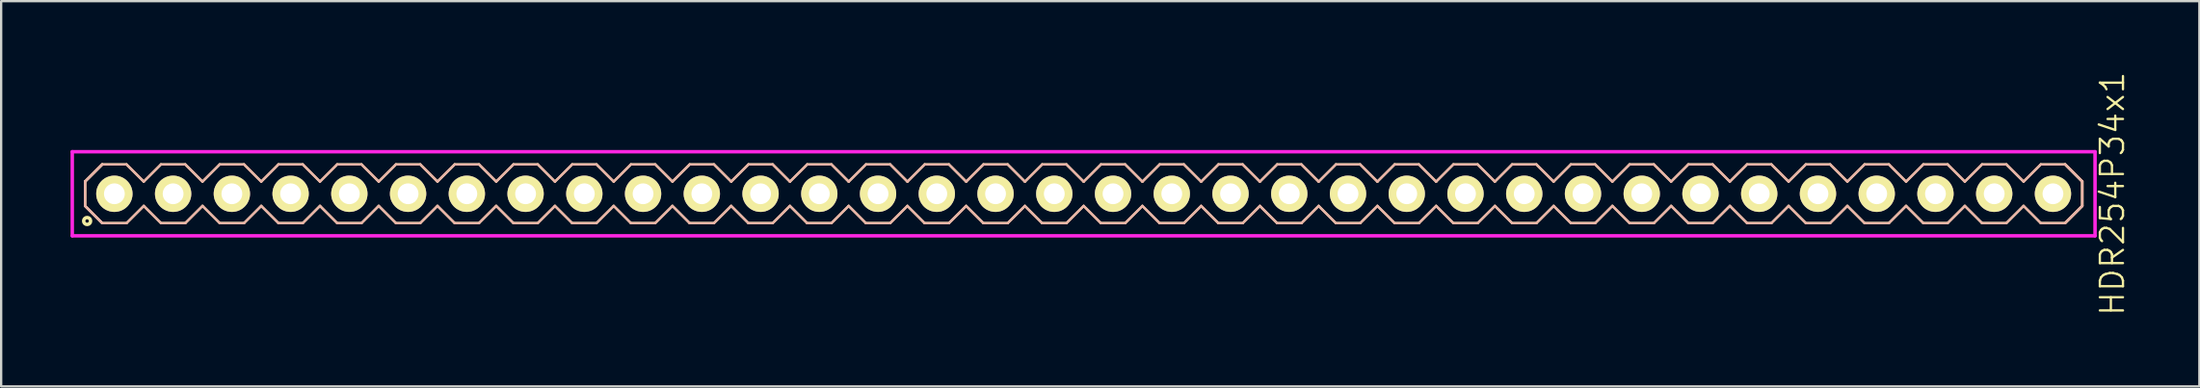
<source format=kicad_pcb>
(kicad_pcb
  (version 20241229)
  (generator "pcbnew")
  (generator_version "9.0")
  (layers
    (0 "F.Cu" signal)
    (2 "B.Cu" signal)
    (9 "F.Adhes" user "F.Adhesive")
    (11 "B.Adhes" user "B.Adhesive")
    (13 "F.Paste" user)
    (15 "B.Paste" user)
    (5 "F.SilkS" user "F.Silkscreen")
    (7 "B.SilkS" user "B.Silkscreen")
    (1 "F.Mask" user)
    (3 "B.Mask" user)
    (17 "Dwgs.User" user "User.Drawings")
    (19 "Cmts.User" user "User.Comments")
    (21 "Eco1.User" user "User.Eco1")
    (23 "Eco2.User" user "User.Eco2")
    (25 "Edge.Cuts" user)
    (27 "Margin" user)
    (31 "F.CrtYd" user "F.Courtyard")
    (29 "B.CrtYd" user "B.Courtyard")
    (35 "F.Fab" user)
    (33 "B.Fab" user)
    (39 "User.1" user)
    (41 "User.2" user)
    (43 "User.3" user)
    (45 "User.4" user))
  (footprint "HDR254P34x1"
    (layer "F.Cu")
    (at 43.805 5.336)
    (property "Reference" "HDR254P34x1" (at 44.48 0 90) (layer "F.SilkS") (effects (font (size 1 1) (thickness 0.1))))
    (attr through_hole)
    (fp_line (start -43.18 -0.526) (end -42.436 -1.27) (stroke (width 0.1) (type solid)) (layer "F.SilkS"))
    (fp_line (start -43.18 -0.526) (end -42.436 -1.27) (stroke (width 0.1) (type solid)) (layer "F.SilkS"))
    (fp_line (start -43.18 0.526) (end -43.18 -0.526) (stroke (width 0.1) (type solid)) (layer "F.SilkS"))
    (fp_line (start -43.18 0.526) (end -43.18 -0.526) (stroke (width 0.1) (type solid)) (layer "F.SilkS"))
    (fp_line (start -42.436 -1.27) (end -41.384 -1.27) (stroke (width 0.1) (type solid)) (layer "F.SilkS"))
    (fp_line (start -42.436 1.27) (end -43.18 0.526) (stroke (width 0.1) (type solid)) (layer "F.SilkS"))
    (fp_line (start -42.436 1.27) (end -43.18 0.526) (stroke (width 0.1) (type solid)) (layer "F.SilkS"))
    (fp_line (start -41.384 -1.27) (end -40.64 -0.526) (stroke (width 0.1) (type solid)) (layer "F.SilkS"))
    (fp_line (start -41.384 1.27) (end -42.436 1.27) (stroke (width 0.1) (type solid)) (layer "F.SilkS"))
    (fp_line (start -40.64 -0.526) (end -39.896 -1.27) (stroke (width 0.1) (type solid)) (layer "F.SilkS"))
    (fp_line (start -40.64 0.526) (end -41.384 1.27) (stroke (width 0.1) (type solid)) (layer "F.SilkS"))
    (fp_line (start -39.896 -1.27) (end -38.844 -1.27) (stroke (width 0.1) (type solid)) (layer "F.SilkS"))
    (fp_line (start -39.896 1.27) (end -40.64 0.526) (stroke (width 0.1) (type solid)) (layer "F.SilkS"))
    (fp_line (start -38.844 -1.27) (end -38.1 -0.526) (stroke (width 0.1) (type solid)) (layer "F.SilkS"))
    (fp_line (start -38.844 1.27) (end -39.896 1.27) (stroke (width 0.1) (type solid)) (layer "F.SilkS"))
    (fp_line (start -38.1 -0.526) (end -37.356 -1.27) (stroke (width 0.1) (type solid)) (layer "F.SilkS"))
    (fp_line (start -38.1 0.526) (end -38.844 1.27) (stroke (width 0.1) (type solid)) (layer "F.SilkS"))
    (fp_line (start -37.356 -1.27) (end -36.304 -1.27) (stroke (width 0.1) (type solid)) (layer "F.SilkS"))
    (fp_line (start -37.356 1.27) (end -38.1 0.526) (stroke (width 0.1) (type solid)) (layer "F.SilkS"))
    (fp_line (start -36.304 -1.27) (end -35.56 -0.526) (stroke (width 0.1) (type solid)) (layer "F.SilkS"))
    (fp_line (start -36.304 1.27) (end -37.356 1.27) (stroke (width 0.1) (type solid)) (layer "F.SilkS"))
    (fp_line (start -35.56 -0.526) (end -34.816 -1.27) (stroke (width 0.1) (type solid)) (layer "F.SilkS"))
    (fp_line (start -35.56 0.526) (end -36.304 1.27) (stroke (width 0.1) (type solid)) (layer "F.SilkS"))
    (fp_line (start -34.816 -1.27) (end -33.764 -1.27) (stroke (width 0.1) (type solid)) (layer "F.SilkS"))
    (fp_line (start -34.816 1.27) (end -35.56 0.526) (stroke (width 0.1) (type solid)) (layer "F.SilkS"))
    (fp_line (start -33.764 -1.27) (end -33.02 -0.526) (stroke (width 0.1) (type solid)) (layer "F.SilkS"))
    (fp_line (start -33.764 1.27) (end -34.816 1.27) (stroke (width 0.1) (type solid)) (layer "F.SilkS"))
    (fp_line (start -33.02 -0.526) (end -32.276 -1.27) (stroke (width 0.1) (type solid)) (layer "F.SilkS"))
    (fp_line (start -33.02 0.526) (end -33.764 1.27) (stroke (width 0.1) (type solid)) (layer "F.SilkS"))
    (fp_line (start -32.276 -1.27) (end -31.224 -1.27) (stroke (width 0.1) (type solid)) (layer "F.SilkS"))
    (fp_line (start -32.276 1.27) (end -33.02 0.526) (stroke (width 0.1) (type solid)) (layer "F.SilkS"))
    (fp_line (start -31.224 -1.27) (end -30.48 -0.526) (stroke (width 0.1) (type solid)) (layer "F.SilkS"))
    (fp_line (start -31.224 1.27) (end -32.276 1.27) (stroke (width 0.1) (type solid)) (layer "F.SilkS"))
    (fp_line (start -30.48 -0.526) (end -29.736 -1.27) (stroke (width 0.1) (type solid)) (layer "F.SilkS"))
    (fp_line (start -30.48 0.526) (end -31.224 1.27) (stroke (width 0.1) (type solid)) (layer "F.SilkS"))
    (fp_line (start -29.736 -1.27) (end -28.684 -1.27) (stroke (width 0.1) (type solid)) (layer "F.SilkS"))
    (fp_line (start -29.736 1.27) (end -30.48 0.526) (stroke (width 0.1) (type solid)) (layer "F.SilkS"))
    (fp_line (start -28.684 -1.27) (end -27.94 -0.526) (stroke (width 0.1) (type solid)) (layer "F.SilkS"))
    (fp_line (start -28.684 1.27) (end -29.736 1.27) (stroke (width 0.1) (type solid)) (layer "F.SilkS"))
    (fp_line (start -27.94 -0.526) (end -27.196 -1.27) (stroke (width 0.1) (type solid)) (layer "F.SilkS"))
    (fp_line (start -27.94 0.526) (end -28.684 1.27) (stroke (width 0.1) (type solid)) (layer "F.SilkS"))
    (fp_line (start -27.196 -1.27) (end -26.144 -1.27) (stroke (width 0.1) (type solid)) (layer "F.SilkS"))
    (fp_line (start -27.196 1.27) (end -27.94 0.526) (stroke (width 0.1) (type solid)) (layer "F.SilkS"))
    (fp_line (start -26.144 -1.27) (end -25.4 -0.526) (stroke (width 0.1) (type solid)) (layer "F.SilkS"))
    (fp_line (start -26.144 1.27) (end -27.196 1.27) (stroke (width 0.1) (type solid)) (layer "F.SilkS"))
    (fp_line (start -25.4 -0.526) (end -24.656 -1.27) (stroke (width 0.1) (type solid)) (layer "F.SilkS"))
    (fp_line (start -25.4 0.526) (end -26.144 1.27) (stroke (width 0.1) (type solid)) (layer "F.SilkS"))
    (fp_line (start -24.656 -1.27) (end -23.604 -1.27) (stroke (width 0.1) (type solid)) (layer "F.SilkS"))
    (fp_line (start -24.656 1.27) (end -25.4 0.526) (stroke (width 0.1) (type solid)) (layer "F.SilkS"))
    (fp_line (start -23.604 -1.27) (end -22.86 -0.526) (stroke (width 0.1) (type solid)) (layer "F.SilkS"))
    (fp_line (start -23.604 1.27) (end -24.656 1.27) (stroke (width 0.1) (type solid)) (layer "F.SilkS"))
    (fp_line (start -22.86 -0.526) (end -22.116 -1.27) (stroke (width 0.1) (type solid)) (layer "F.SilkS"))
    (fp_line (start -22.86 0.526) (end -23.604 1.27) (stroke (width 0.1) (type solid)) (layer "F.SilkS"))
    (fp_line (start -22.116 -1.27) (end -21.064 -1.27) (stroke (width 0.1) (type solid)) (layer "F.SilkS"))
    (fp_line (start -22.116 1.27) (end -22.86 0.526) (stroke (width 0.1) (type solid)) (layer "F.SilkS"))
    (fp_line (start -21.064 -1.27) (end -20.32 -0.526) (stroke (width 0.1) (type solid)) (layer "F.SilkS"))
    (fp_line (start -21.064 1.27) (end -22.116 1.27) (stroke (width 0.1) (type solid)) (layer "F.SilkS"))
    (fp_line (start -20.32 -0.526) (end -19.576 -1.27) (stroke (width 0.1) (type solid)) (layer "F.SilkS"))
    (fp_line (start -20.32 0.526) (end -21.064 1.27) (stroke (width 0.1) (type solid)) (layer "F.SilkS"))
    (fp_line (start -19.576 -1.27) (end -18.524 -1.27) (stroke (width 0.1) (type solid)) (layer "F.SilkS"))
    (fp_line (start -19.576 1.27) (end -20.32 0.526) (stroke (width 0.1) (type solid)) (layer "F.SilkS"))
    (fp_line (start -18.524 -1.27) (end -17.78 -0.526) (stroke (width 0.1) (type solid)) (layer "F.SilkS"))
    (fp_line (start -18.524 1.27) (end -19.576 1.27) (stroke (width 0.1) (type solid)) (layer "F.SilkS"))
    (fp_line (start -17.78 -0.526) (end -17.036 -1.27) (stroke (width 0.1) (type solid)) (layer "F.SilkS"))
    (fp_line (start -17.78 0.526) (end -18.524 1.27) (stroke (width 0.1) (type solid)) (layer "F.SilkS"))
    (fp_line (start -17.036 -1.27) (end -15.984 -1.27) (stroke (width 0.1) (type solid)) (layer "F.SilkS"))
    (fp_line (start -17.036 1.27) (end -17.78 0.526) (stroke (width 0.1) (type solid)) (layer "F.SilkS"))
    (fp_line (start -15.984 -1.27) (end -15.24 -0.526) (stroke (width 0.1) (type solid)) (layer "F.SilkS"))
    (fp_line (start -15.984 1.27) (end -17.036 1.27) (stroke (width 0.1) (type solid)) (layer "F.SilkS"))
    (fp_line (start -15.24 -0.526) (end -14.496 -1.27) (stroke (width 0.1) (type solid)) (layer "F.SilkS"))
    (fp_line (start -15.24 0.526) (end -15.984 1.27) (stroke (width 0.1) (type solid)) (layer "F.SilkS"))
    (fp_line (start -14.496 -1.27) (end -13.444 -1.27) (stroke (width 0.1) (type solid)) (layer "F.SilkS"))
    (fp_line (start -14.496 1.27) (end -15.24 0.526) (stroke (width 0.1) (type solid)) (layer "F.SilkS"))
    (fp_line (start -13.444 -1.27) (end -12.7 -0.526) (stroke (width 0.1) (type solid)) (layer "F.SilkS"))
    (fp_line (start -13.444 1.27) (end -14.496 1.27) (stroke (width 0.1) (type solid)) (layer "F.SilkS"))
    (fp_line (start -12.7 -0.526) (end -11.956 -1.27) (stroke (width 0.1) (type solid)) (layer "F.SilkS"))
    (fp_line (start -12.7 0.526) (end -13.444 1.27) (stroke (width 0.1) (type solid)) (layer "F.SilkS"))
    (fp_line (start -11.956 -1.27) (end -10.904 -1.27) (stroke (width 0.1) (type solid)) (layer "F.SilkS"))
    (fp_line (start -11.956 1.27) (end -12.7 0.526) (stroke (width 0.1) (type solid)) (layer "F.SilkS"))
    (fp_line (start -10.904 -1.27) (end -10.16 -0.526) (stroke (width 0.1) (type solid)) (layer "F.SilkS"))
    (fp_line (start -10.904 1.27) (end -11.956 1.27) (stroke (width 0.1) (type solid)) (layer "F.SilkS"))
    (fp_line (start -10.16 -0.526) (end -9.416 -1.27) (stroke (width 0.1) (type solid)) (layer "F.SilkS"))
    (fp_line (start -10.16 0.526) (end -10.904 1.27) (stroke (width 0.1) (type solid)) (layer "F.SilkS"))
    (fp_line (start -9.416 -1.27) (end -8.364 -1.27) (stroke (width 0.1) (type solid)) (layer "F.SilkS"))
    (fp_line (start -9.416 1.27) (end -10.16 0.526) (stroke (width 0.1) (type solid)) (layer "F.SilkS"))
    (fp_line (start -8.364 -1.27) (end -7.62 -0.526) (stroke (width 0.1) (type solid)) (layer "F.SilkS"))
    (fp_line (start -8.364 1.27) (end -9.416 1.27) (stroke (width 0.1) (type solid)) (layer "F.SilkS"))
    (fp_line (start -7.62 -0.526) (end -6.876 -1.27) (stroke (width 0.1) (type solid)) (layer "F.SilkS"))
    (fp_line (start -7.62 0.526) (end -8.364 1.27) (stroke (width 0.1) (type solid)) (layer "F.SilkS"))
    (fp_line (start -6.876 -1.27) (end -5.824 -1.27) (stroke (width 0.1) (type solid)) (layer "F.SilkS"))
    (fp_line (start -6.876 1.27) (end -7.62 0.526) (stroke (width 0.1) (type solid)) (layer "F.SilkS"))
    (fp_line (start -5.824 -1.27) (end -5.08 -0.526) (stroke (width 0.1) (type solid)) (layer "F.SilkS"))
    (fp_line (start -5.824 1.27) (end -6.876 1.27) (stroke (width 0.1) (type solid)) (layer "F.SilkS"))
    (fp_line (start -5.08 -0.526) (end -4.336 -1.27) (stroke (width 0.1) (type solid)) (layer "F.SilkS"))
    (fp_line (start -5.08 0.526) (end -5.824 1.27) (stroke (width 0.1) (type solid)) (layer "F.SilkS"))
    (fp_line (start -4.336 -1.27) (end -3.284 -1.27) (stroke (width 0.1) (type solid)) (layer "F.SilkS"))
    (fp_line (start -4.336 1.27) (end -5.08 0.526) (stroke (width 0.1) (type solid)) (layer "F.SilkS"))
    (fp_line (start -3.284 -1.27) (end -2.54 -0.526) (stroke (width 0.1) (type solid)) (layer "F.SilkS"))
    (fp_line (start -3.284 1.27) (end -4.336 1.27) (stroke (width 0.1) (type solid)) (layer "F.SilkS"))
    (fp_line (start -2.54 -0.526) (end -1.796 -1.27) (stroke (width 0.1) (type solid)) (layer "F.SilkS"))
    (fp_line (start -2.54 0.526) (end -3.284 1.27) (stroke (width 0.1) (type solid)) (layer "F.SilkS"))
    (fp_line (start -1.796 -1.27) (end -0.744 -1.27) (stroke (width 0.1) (type solid)) (layer "F.SilkS"))
    (fp_line (start -1.796 1.27) (end -2.54 0.526) (stroke (width 0.1) (type solid)) (layer "F.SilkS"))
    (fp_line (start -0.744 -1.27) (end 0 -0.526) (stroke (width 0.1) (type solid)) (layer "F.SilkS"))
    (fp_line (start -0.744 1.27) (end -1.796 1.27) (stroke (width 0.1) (type solid)) (layer "F.SilkS"))
    (fp_line (start 0 -0.526) (end 0.744 -1.27) (stroke (width 0.1) (type solid)) (layer "F.SilkS"))
    (fp_line (start 0 0.526) (end -0.744 1.27) (stroke (width 0.1) (type solid)) (layer "F.SilkS"))
    (fp_line (start 0.744 -1.27) (end 1.796 -1.27) (stroke (width 0.1) (type solid)) (layer "F.SilkS"))
    (fp_line (start 0.744 1.27) (end 0 0.526) (stroke (width 0.1) (type solid)) (layer "F.SilkS"))
    (fp_line (start 1.796 -1.27) (end 2.54 -0.526) (stroke (width 0.1) (type solid)) (layer "F.SilkS"))
    (fp_line (start 1.796 1.27) (end 0.744 1.27) (stroke (width 0.1) (type solid)) (layer "F.SilkS"))
    (fp_line (start 2.54 -0.526) (end 3.284 -1.27) (stroke (width 0.1) (type solid)) (layer "F.SilkS"))
    (fp_line (start 2.54 0.526) (end 1.796 1.27) (stroke (width 0.1) (type solid)) (layer "F.SilkS"))
    (fp_line (start 3.284 -1.27) (end 4.336 -1.27) (stroke (width 0.1) (type solid)) (layer "F.SilkS"))
    (fp_line (start 3.284 1.27) (end 2.54 0.526) (stroke (width 0.1) (type solid)) (layer "F.SilkS"))
    (fp_line (start 4.336 -1.27) (end 5.08 -0.526) (stroke (width 0.1) (type solid)) (layer "F.SilkS"))
    (fp_line (start 4.336 1.27) (end 3.284 1.27) (stroke (width 0.1) (type solid)) (layer "F.SilkS"))
    (fp_line (start 5.08 -0.526) (end 5.824 -1.27) (stroke (width 0.1) (type solid)) (layer "F.SilkS"))
    (fp_line (start 5.08 0.526) (end 4.336 1.27) (stroke (width 0.1) (type solid)) (layer "F.SilkS"))
    (fp_line (start 5.824 -1.27) (end 6.876 -1.27) (stroke (width 0.1) (type solid)) (layer "F.SilkS"))
    (fp_line (start 5.824 1.27) (end 5.08 0.526) (stroke (width 0.1) (type solid)) (layer "F.SilkS"))
    (fp_line (start 6.876 -1.27) (end 7.62 -0.526) (stroke (width 0.1) (type solid)) (layer "F.SilkS"))
    (fp_line (start 6.876 1.27) (end 5.824 1.27) (stroke (width 0.1) (type solid)) (layer "F.SilkS"))
    (fp_line (start 7.62 -0.526) (end 8.364 -1.27) (stroke (width 0.1) (type solid)) (layer "F.SilkS"))
    (fp_line (start 7.62 0.526) (end 6.876 1.27) (stroke (width 0.1) (type solid)) (layer "F.SilkS"))
    (fp_line (start 8.364 -1.27) (end 9.416 -1.27) (stroke (width 0.1) (type solid)) (layer "F.SilkS"))
    (fp_line (start 8.364 1.27) (end 7.62 0.526) (stroke (width 0.1) (type solid)) (layer "F.SilkS"))
    (fp_line (start 9.416 -1.27) (end 10.16 -0.526) (stroke (width 0.1) (type solid)) (layer "F.SilkS"))
    (fp_line (start 9.416 1.27) (end 8.364 1.27) (stroke (width 0.1) (type solid)) (layer "F.SilkS"))
    (fp_line (start 10.16 -0.526) (end 10.904 -1.27) (stroke (width 0.1) (type solid)) (layer "F.SilkS"))
    (fp_line (start 10.16 0.526) (end 9.416 1.27) (stroke (width 0.1) (type solid)) (layer "F.SilkS"))
    (fp_line (start 10.904 -1.27) (end 11.956 -1.27) (stroke (width 0.1) (type solid)) (layer "F.SilkS"))
    (fp_line (start 10.904 1.27) (end 10.16 0.526) (stroke (width 0.1) (type solid)) (layer "F.SilkS"))
    (fp_line (start 11.956 -1.27) (end 12.7 -0.526) (stroke (width 0.1) (type solid)) (layer "F.SilkS"))
    (fp_line (start 11.956 1.27) (end 10.904 1.27) (stroke (width 0.1) (type solid)) (layer "F.SilkS"))
    (fp_line (start 12.7 -0.526) (end 13.444 -1.27) (stroke (width 0.1) (type solid)) (layer "F.SilkS"))
    (fp_line (start 12.7 0.526) (end 11.956 1.27) (stroke (width 0.1) (type solid)) (layer "F.SilkS"))
    (fp_line (start 13.444 -1.27) (end 14.496 -1.27) (stroke (width 0.1) (type solid)) (layer "F.SilkS"))
    (fp_line (start 13.444 1.27) (end 12.7 0.526) (stroke (width 0.1) (type solid)) (layer "F.SilkS"))
    (fp_line (start 14.496 -1.27) (end 15.24 -0.526) (stroke (width 0.1) (type solid)) (layer "F.SilkS"))
    (fp_line (start 14.496 1.27) (end 13.444 1.27) (stroke (width 0.1) (type solid)) (layer "F.SilkS"))
    (fp_line (start 15.24 -0.526) (end 15.984 -1.27) (stroke (width 0.1) (type solid)) (layer "F.SilkS"))
    (fp_line (start 15.24 0.526) (end 14.496 1.27) (stroke (width 0.1) (type solid)) (layer "F.SilkS"))
    (fp_line (start 15.984 -1.27) (end 17.036 -1.27) (stroke (width 0.1) (type solid)) (layer "F.SilkS"))
    (fp_line (start 15.984 1.27) (end 15.24 0.526) (stroke (width 0.1) (type solid)) (layer "F.SilkS"))
    (fp_line (start 17.036 -1.27) (end 17.78 -0.526) (stroke (width 0.1) (type solid)) (layer "F.SilkS"))
    (fp_line (start 17.036 1.27) (end 15.984 1.27) (stroke (width 0.1) (type solid)) (layer "F.SilkS"))
    (fp_line (start 17.78 -0.526) (end 18.524 -1.27) (stroke (width 0.1) (type solid)) (layer "F.SilkS"))
    (fp_line (start 17.78 0.526) (end 17.036 1.27) (stroke (width 0.1) (type solid)) (layer "F.SilkS"))
    (fp_line (start 18.524 -1.27) (end 19.576 -1.27) (stroke (width 0.1) (type solid)) (layer "F.SilkS"))
    (fp_line (start 18.524 1.27) (end 17.78 0.526) (stroke (width 0.1) (type solid)) (layer "F.SilkS"))
    (fp_line (start 19.576 -1.27) (end 20.32 -0.526) (stroke (width 0.1) (type solid)) (layer "F.SilkS"))
    (fp_line (start 19.576 1.27) (end 18.524 1.27) (stroke (width 0.1) (type solid)) (layer "F.SilkS"))
    (fp_line (start 20.32 -0.526) (end 21.064 -1.27) (stroke (width 0.1) (type solid)) (layer "F.SilkS"))
    (fp_line (start 20.32 0.526) (end 19.576 1.27) (stroke (width 0.1) (type solid)) (layer "F.SilkS"))
    (fp_line (start 21.064 -1.27) (end 22.116 -1.27) (stroke (width 0.1) (type solid)) (layer "F.SilkS"))
    (fp_line (start 21.064 1.27) (end 20.32 0.526) (stroke (width 0.1) (type solid)) (layer "F.SilkS"))
    (fp_line (start 22.116 -1.27) (end 22.86 -0.526) (stroke (width 0.1) (type solid)) (layer "F.SilkS"))
    (fp_line (start 22.116 1.27) (end 21.064 1.27) (stroke (width 0.1) (type solid)) (layer "F.SilkS"))
    (fp_line (start 22.86 -0.526) (end 23.604 -1.27) (stroke (width 0.1) (type solid)) (layer "F.SilkS"))
    (fp_line (start 22.86 0.526) (end 22.116 1.27) (stroke (width 0.1) (type solid)) (layer "F.SilkS"))
    (fp_line (start 23.604 -1.27) (end 24.656 -1.27) (stroke (width 0.1) (type solid)) (layer "F.SilkS"))
    (fp_line (start 23.604 1.27) (end 22.86 0.526) (stroke (width 0.1) (type solid)) (layer "F.SilkS"))
    (fp_line (start 24.656 -1.27) (end 25.4 -0.526) (stroke (width 0.1) (type solid)) (layer "F.SilkS"))
    (fp_line (start 24.656 1.27) (end 23.604 1.27) (stroke (width 0.1) (type solid)) (layer "F.SilkS"))
    (fp_line (start 25.4 -0.526) (end 26.144 -1.27) (stroke (width 0.1) (type solid)) (layer "F.SilkS"))
    (fp_line (start 25.4 0.526) (end 24.656 1.27) (stroke (width 0.1) (type solid)) (layer "F.SilkS"))
    (fp_line (start 26.144 -1.27) (end 27.196 -1.27) (stroke (width 0.1) (type solid)) (layer "F.SilkS"))
    (fp_line (start 26.144 1.27) (end 25.4 0.526) (stroke (width 0.1) (type solid)) (layer "F.SilkS"))
    (fp_line (start 27.196 -1.27) (end 27.94 -0.526) (stroke (width 0.1) (type solid)) (layer "F.SilkS"))
    (fp_line (start 27.196 1.27) (end 26.144 1.27) (stroke (width 0.1) (type solid)) (layer "F.SilkS"))
    (fp_line (start 27.94 -0.526) (end 28.684 -1.27) (stroke (width 0.1) (type solid)) (layer "F.SilkS"))
    (fp_line (start 27.94 0.526) (end 27.196 1.27) (stroke (width 0.1) (type solid)) (layer "F.SilkS"))
    (fp_line (start 28.684 -1.27) (end 29.736 -1.27) (stroke (width 0.1) (type solid)) (layer "F.SilkS"))
    (fp_line (start 28.684 1.27) (end 27.94 0.526) (stroke (width 0.1) (type solid)) (layer "F.SilkS"))
    (fp_line (start 29.736 -1.27) (end 30.48 -0.526) (stroke (width 0.1) (type solid)) (layer "F.SilkS"))
    (fp_line (start 29.736 1.27) (end 28.684 1.27) (stroke (width 0.1) (type solid)) (layer "F.SilkS"))
    (fp_line (start 30.48 -0.526) (end 31.224 -1.27) (stroke (width 0.1) (type solid)) (layer "F.SilkS"))
    (fp_line (start 30.48 0.526) (end 29.736 1.27) (stroke (width 0.1) (type solid)) (layer "F.SilkS"))
    (fp_line (start 31.224 -1.27) (end 32.276 -1.27) (stroke (width 0.1) (type solid)) (layer "F.SilkS"))
    (fp_line (start 31.224 1.27) (end 30.48 0.526) (stroke (width 0.1) (type solid)) (layer "F.SilkS"))
    (fp_line (start 32.276 -1.27) (end 33.02 -0.526) (stroke (width 0.1) (type solid)) (layer "F.SilkS"))
    (fp_line (start 32.276 1.27) (end 31.224 1.27) (stroke (width 0.1) (type solid)) (layer "F.SilkS"))
    (fp_line (start 33.02 -0.526) (end 33.764 -1.27) (stroke (width 0.1) (type solid)) (layer "F.SilkS"))
    (fp_line (start 33.02 0.526) (end 32.276 1.27) (stroke (width 0.1) (type solid)) (layer "F.SilkS"))
    (fp_line (start 33.764 -1.27) (end 34.816 -1.27) (stroke (width 0.1) (type solid)) (layer "F.SilkS"))
    (fp_line (start 33.764 1.27) (end 33.02 0.526) (stroke (width 0.1) (type solid)) (layer "F.SilkS"))
    (fp_line (start 34.816 -1.27) (end 35.56 -0.526) (stroke (width 0.1) (type solid)) (layer "F.SilkS"))
    (fp_line (start 34.816 1.27) (end 33.764 1.27) (stroke (width 0.1) (type solid)) (layer "F.SilkS"))
    (fp_line (start 35.56 -0.526) (end 36.304 -1.27) (stroke (width 0.1) (type solid)) (layer "F.SilkS"))
    (fp_line (start 35.56 0.526) (end 34.816 1.27) (stroke (width 0.1) (type solid)) (layer "F.SilkS"))
    (fp_line (start 36.304 -1.27) (end 37.356 -1.27) (stroke (width 0.1) (type solid)) (layer "F.SilkS"))
    (fp_line (start 36.304 1.27) (end 35.56 0.526) (stroke (width 0.1) (type solid)) (layer "F.SilkS"))
    (fp_line (start 37.356 -1.27) (end 38.1 -0.526) (stroke (width 0.1) (type solid)) (layer "F.SilkS"))
    (fp_line (start 37.356 1.27) (end 36.304 1.27) (stroke (width 0.1) (type solid)) (layer "F.SilkS"))
    (fp_line (start 38.1 -0.526) (end 38.844 -1.27) (stroke (width 0.1) (type solid)) (layer "F.SilkS"))
    (fp_line (start 38.1 0.526) (end 37.356 1.27) (stroke (width 0.1) (type solid)) (layer "F.SilkS"))
    (fp_line (start 38.844 -1.27) (end 39.896 -1.27) (stroke (width 0.1) (type solid)) (layer "F.SilkS"))
    (fp_line (start 38.844 1.27) (end 38.1 0.526) (stroke (width 0.1) (type solid)) (layer "F.SilkS"))
    (fp_line (start 39.896 -1.27) (end 40.64 -0.526) (stroke (width 0.1) (type solid)) (layer "F.SilkS"))
    (fp_line (start 39.896 1.27) (end 38.844 1.27) (stroke (width 0.1) (type solid)) (layer "F.SilkS"))
    (fp_line (start 40.64 -0.526) (end 41.384 -1.27) (stroke (width 0.1) (type solid)) (layer "F.SilkS"))
    (fp_line (start 40.64 0.526) (end 39.896 1.27) (stroke (width 0.1) (type solid)) (layer "F.SilkS"))
    (fp_line (start 41.384 -1.27) (end 42.436 -1.27) (stroke (width 0.1) (type solid)) (layer "F.SilkS"))
    (fp_line (start 41.384 1.27) (end 40.64 0.526) (stroke (width 0.1) (type solid)) (layer "F.SilkS"))
    (fp_line (start 42.436 -1.27) (end 43.18 -0.526) (stroke (width 0.1) (type solid)) (layer "F.SilkS"))
    (fp_line (start 42.436 -1.27) (end 43.18 -0.526) (stroke (width 0.1) (type solid)) (layer "F.SilkS"))
    (fp_line (start 42.436 1.27) (end 41.384 1.27) (stroke (width 0.1) (type solid)) (layer "F.SilkS"))
    (fp_line (start 43.18 -0.526) (end 43.18 0.526) (stroke (width 0.1) (type solid)) (layer "F.SilkS"))
    (fp_line (start 43.18 -0.526) (end 43.18 0.526) (stroke (width 0.1) (type solid)) (layer "F.SilkS"))
    (fp_line (start 43.18 0.526) (end 42.436 1.27) (stroke (width 0.1) (type solid)) (layer "F.SilkS"))
    (fp_line (start 43.18 0.526) (end 42.436 1.27) (stroke (width 0.1) (type solid)) (layer "F.SilkS"))
    (fp_circle (center -43.088 1.178) (end -42.938 1.178) (stroke (width 0.15) (type solid)) (fill no) (layer "F.SilkS"))
    (fp_line (start -43.18 -0.526) (end -42.436 -1.27) (stroke (width 0.1) (type solid)) (layer "B.SilkS"))
    (fp_line (start -43.18 -0.526) (end -42.436 -1.27) (stroke (width 0.1) (type solid)) (layer "B.SilkS"))
    (fp_line (start -43.18 0.526) (end -43.18 -0.526) (stroke (width 0.1) (type solid)) (layer "B.SilkS"))
    (fp_line (start -43.18 0.526) (end -43.18 -0.526) (stroke (width 0.1) (type solid)) (layer "B.SilkS"))
    (fp_line (start -42.436 -1.27) (end -41.384 -1.27) (stroke (width 0.1) (type solid)) (layer "B.SilkS"))
    (fp_line (start -42.436 1.27) (end -43.18 0.526) (stroke (width 0.1) (type solid)) (layer "B.SilkS"))
    (fp_line (start -42.436 1.27) (end -43.18 0.526) (stroke (width 0.1) (type solid)) (layer "B.SilkS"))
    (fp_line (start -41.384 -1.27) (end -40.64 -0.526) (stroke (width 0.1) (type solid)) (layer "B.SilkS"))
    (fp_line (start -41.384 1.27) (end -42.436 1.27) (stroke (width 0.1) (type solid)) (layer "B.SilkS"))
    (fp_line (start -40.64 -0.526) (end -39.896 -1.27) (stroke (width 0.1) (type solid)) (layer "B.SilkS"))
    (fp_line (start -40.64 0.526) (end -41.384 1.27) (stroke (width 0.1) (type solid)) (layer "B.SilkS"))
    (fp_line (start -39.896 -1.27) (end -38.844 -1.27) (stroke (width 0.1) (type solid)) (layer "B.SilkS"))
    (fp_line (start -39.896 1.27) (end -40.64 0.526) (stroke (width 0.1) (type solid)) (layer "B.SilkS"))
    (fp_line (start -38.844 -1.27) (end -38.1 -0.526) (stroke (width 0.1) (type solid)) (layer "B.SilkS"))
    (fp_line (start -38.844 1.27) (end -39.896 1.27) (stroke (width 0.1) (type solid)) (layer "B.SilkS"))
    (fp_line (start -38.1 -0.526) (end -37.356 -1.27) (stroke (width 0.1) (type solid)) (layer "B.SilkS"))
    (fp_line (start -38.1 0.526) (end -38.844 1.27) (stroke (width 0.1) (type solid)) (layer "B.SilkS"))
    (fp_line (start -37.356 -1.27) (end -36.304 -1.27) (stroke (width 0.1) (type solid)) (layer "B.SilkS"))
    (fp_line (start -37.356 1.27) (end -38.1 0.526) (stroke (width 0.1) (type solid)) (layer "B.SilkS"))
    (fp_line (start -36.304 -1.27) (end -35.56 -0.526) (stroke (width 0.1) (type solid)) (layer "B.SilkS"))
    (fp_line (start -36.304 1.27) (end -37.356 1.27) (stroke (width 0.1) (type solid)) (layer "B.SilkS"))
    (fp_line (start -35.56 -0.526) (end -34.816 -1.27) (stroke (width 0.1) (type solid)) (layer "B.SilkS"))
    (fp_line (start -35.56 0.526) (end -36.304 1.27) (stroke (width 0.1) (type solid)) (layer "B.SilkS"))
    (fp_line (start -34.816 -1.27) (end -33.764 -1.27) (stroke (width 0.1) (type solid)) (layer "B.SilkS"))
    (fp_line (start -34.816 1.27) (end -35.56 0.526) (stroke (width 0.1) (type solid)) (layer "B.SilkS"))
    (fp_line (start -33.764 -1.27) (end -33.02 -0.526) (stroke (width 0.1) (type solid)) (layer "B.SilkS"))
    (fp_line (start -33.764 1.27) (end -34.816 1.27) (stroke (width 0.1) (type solid)) (layer "B.SilkS"))
    (fp_line (start -33.02 -0.526) (end -32.276 -1.27) (stroke (width 0.1) (type solid)) (layer "B.SilkS"))
    (fp_line (start -33.02 0.526) (end -33.764 1.27) (stroke (width 0.1) (type solid)) (layer "B.SilkS"))
    (fp_line (start -32.276 -1.27) (end -31.224 -1.27) (stroke (width 0.1) (type solid)) (layer "B.SilkS"))
    (fp_line (start -32.276 1.27) (end -33.02 0.526) (stroke (width 0.1) (type solid)) (layer "B.SilkS"))
    (fp_line (start -31.224 -1.27) (end -30.48 -0.526) (stroke (width 0.1) (type solid)) (layer "B.SilkS"))
    (fp_line (start -31.224 1.27) (end -32.276 1.27) (stroke (width 0.1) (type solid)) (layer "B.SilkS"))
    (fp_line (start -30.48 -0.526) (end -29.736 -1.27) (stroke (width 0.1) (type solid)) (layer "B.SilkS"))
    (fp_line (start -30.48 0.526) (end -31.224 1.27) (stroke (width 0.1) (type solid)) (layer "B.SilkS"))
    (fp_line (start -29.736 -1.27) (end -28.684 -1.27) (stroke (width 0.1) (type solid)) (layer "B.SilkS"))
    (fp_line (start -29.736 1.27) (end -30.48 0.526) (stroke (width 0.1) (type solid)) (layer "B.SilkS"))
    (fp_line (start -28.684 -1.27) (end -27.94 -0.526) (stroke (width 0.1) (type solid)) (layer "B.SilkS"))
    (fp_line (start -28.684 1.27) (end -29.736 1.27) (stroke (width 0.1) (type solid)) (layer "B.SilkS"))
    (fp_line (start -27.94 -0.526) (end -27.196 -1.27) (stroke (width 0.1) (type solid)) (layer "B.SilkS"))
    (fp_line (start -27.94 0.526) (end -28.684 1.27) (stroke (width 0.1) (type solid)) (layer "B.SilkS"))
    (fp_line (start -27.196 -1.27) (end -26.144 -1.27) (stroke (width 0.1) (type solid)) (layer "B.SilkS"))
    (fp_line (start -27.196 1.27) (end -27.94 0.526) (stroke (width 0.1) (type solid)) (layer "B.SilkS"))
    (fp_line (start -26.144 -1.27) (end -25.4 -0.526) (stroke (width 0.1) (type solid)) (layer "B.SilkS"))
    (fp_line (start -26.144 1.27) (end -27.196 1.27) (stroke (width 0.1) (type solid)) (layer "B.SilkS"))
    (fp_line (start -25.4 -0.526) (end -24.656 -1.27) (stroke (width 0.1) (type solid)) (layer "B.SilkS"))
    (fp_line (start -25.4 0.526) (end -26.144 1.27) (stroke (width 0.1) (type solid)) (layer "B.SilkS"))
    (fp_line (start -24.656 -1.27) (end -23.604 -1.27) (stroke (width 0.1) (type solid)) (layer "B.SilkS"))
    (fp_line (start -24.656 1.27) (end -25.4 0.526) (stroke (width 0.1) (type solid)) (layer "B.SilkS"))
    (fp_line (start -23.604 -1.27) (end -22.86 -0.526) (stroke (width 0.1) (type solid)) (layer "B.SilkS"))
    (fp_line (start -23.604 1.27) (end -24.656 1.27) (stroke (width 0.1) (type solid)) (layer "B.SilkS"))
    (fp_line (start -22.86 -0.526) (end -22.116 -1.27) (stroke (width 0.1) (type solid)) (layer "B.SilkS"))
    (fp_line (start -22.86 0.526) (end -23.604 1.27) (stroke (width 0.1) (type solid)) (layer "B.SilkS"))
    (fp_line (start -22.116 -1.27) (end -21.064 -1.27) (stroke (width 0.1) (type solid)) (layer "B.SilkS"))
    (fp_line (start -22.116 1.27) (end -22.86 0.526) (stroke (width 0.1) (type solid)) (layer "B.SilkS"))
    (fp_line (start -21.064 -1.27) (end -20.32 -0.526) (stroke (width 0.1) (type solid)) (layer "B.SilkS"))
    (fp_line (start -21.064 1.27) (end -22.116 1.27) (stroke (width 0.1) (type solid)) (layer "B.SilkS"))
    (fp_line (start -20.32 -0.526) (end -19.576 -1.27) (stroke (width 0.1) (type solid)) (layer "B.SilkS"))
    (fp_line (start -20.32 0.526) (end -21.064 1.27) (stroke (width 0.1) (type solid)) (layer "B.SilkS"))
    (fp_line (start -19.576 -1.27) (end -18.524 -1.27) (stroke (width 0.1) (type solid)) (layer "B.SilkS"))
    (fp_line (start -19.576 1.27) (end -20.32 0.526) (stroke (width 0.1) (type solid)) (layer "B.SilkS"))
    (fp_line (start -18.524 -1.27) (end -17.78 -0.526) (stroke (width 0.1) (type solid)) (layer "B.SilkS"))
    (fp_line (start -18.524 1.27) (end -19.576 1.27) (stroke (width 0.1) (type solid)) (layer "B.SilkS"))
    (fp_line (start -17.78 -0.526) (end -17.036 -1.27) (stroke (width 0.1) (type solid)) (layer "B.SilkS"))
    (fp_line (start -17.78 0.526) (end -18.524 1.27) (stroke (width 0.1) (type solid)) (layer "B.SilkS"))
    (fp_line (start -17.036 -1.27) (end -15.984 -1.27) (stroke (width 0.1) (type solid)) (layer "B.SilkS"))
    (fp_line (start -17.036 1.27) (end -17.78 0.526) (stroke (width 0.1) (type solid)) (layer "B.SilkS"))
    (fp_line (start -15.984 -1.27) (end -15.24 -0.526) (stroke (width 0.1) (type solid)) (layer "B.SilkS"))
    (fp_line (start -15.984 1.27) (end -17.036 1.27) (stroke (width 0.1) (type solid)) (layer "B.SilkS"))
    (fp_line (start -15.24 -0.526) (end -14.496 -1.27) (stroke (width 0.1) (type solid)) (layer "B.SilkS"))
    (fp_line (start -15.24 0.526) (end -15.984 1.27) (stroke (width 0.1) (type solid)) (layer "B.SilkS"))
    (fp_line (start -14.496 -1.27) (end -13.444 -1.27) (stroke (width 0.1) (type solid)) (layer "B.SilkS"))
    (fp_line (start -14.496 1.27) (end -15.24 0.526) (stroke (width 0.1) (type solid)) (layer "B.SilkS"))
    (fp_line (start -13.444 -1.27) (end -12.7 -0.526) (stroke (width 0.1) (type solid)) (layer "B.SilkS"))
    (fp_line (start -13.444 1.27) (end -14.496 1.27) (stroke (width 0.1) (type solid)) (layer "B.SilkS"))
    (fp_line (start -12.7 -0.526) (end -11.956 -1.27) (stroke (width 0.1) (type solid)) (layer "B.SilkS"))
    (fp_line (start -12.7 0.526) (end -13.444 1.27) (stroke (width 0.1) (type solid)) (layer "B.SilkS"))
    (fp_line (start -11.956 -1.27) (end -10.904 -1.27) (stroke (width 0.1) (type solid)) (layer "B.SilkS"))
    (fp_line (start -11.956 1.27) (end -12.7 0.526) (stroke (width 0.1) (type solid)) (layer "B.SilkS"))
    (fp_line (start -10.904 -1.27) (end -10.16 -0.526) (stroke (width 0.1) (type solid)) (layer "B.SilkS"))
    (fp_line (start -10.904 1.27) (end -11.956 1.27) (stroke (width 0.1) (type solid)) (layer "B.SilkS"))
    (fp_line (start -10.16 -0.526) (end -9.416 -1.27) (stroke (width 0.1) (type solid)) (layer "B.SilkS"))
    (fp_line (start -10.16 0.526) (end -10.904 1.27) (stroke (width 0.1) (type solid)) (layer "B.SilkS"))
    (fp_line (start -9.416 -1.27) (end -8.364 -1.27) (stroke (width 0.1) (type solid)) (layer "B.SilkS"))
    (fp_line (start -9.416 1.27) (end -10.16 0.526) (stroke (width 0.1) (type solid)) (layer "B.SilkS"))
    (fp_line (start -8.364 -1.27) (end -7.62 -0.526) (stroke (width 0.1) (type solid)) (layer "B.SilkS"))
    (fp_line (start -8.364 1.27) (end -9.416 1.27) (stroke (width 0.1) (type solid)) (layer "B.SilkS"))
    (fp_line (start -7.62 -0.526) (end -6.876 -1.27) (stroke (width 0.1) (type solid)) (layer "B.SilkS"))
    (fp_line (start -7.62 0.526) (end -8.364 1.27) (stroke (width 0.1) (type solid)) (layer "B.SilkS"))
    (fp_line (start -6.876 -1.27) (end -5.824 -1.27) (stroke (width 0.1) (type solid)) (layer "B.SilkS"))
    (fp_line (start -6.876 1.27) (end -7.62 0.526) (stroke (width 0.1) (type solid)) (layer "B.SilkS"))
    (fp_line (start -5.824 -1.27) (end -5.08 -0.526) (stroke (width 0.1) (type solid)) (layer "B.SilkS"))
    (fp_line (start -5.824 1.27) (end -6.876 1.27) (stroke (width 0.1) (type solid)) (layer "B.SilkS"))
    (fp_line (start -5.08 -0.526) (end -4.336 -1.27) (stroke (width 0.1) (type solid)) (layer "B.SilkS"))
    (fp_line (start -5.08 0.526) (end -5.824 1.27) (stroke (width 0.1) (type solid)) (layer "B.SilkS"))
    (fp_line (start -4.336 -1.27) (end -3.284 -1.27) (stroke (width 0.1) (type solid)) (layer "B.SilkS"))
    (fp_line (start -4.336 1.27) (end -5.08 0.526) (stroke (width 0.1) (type solid)) (layer "B.SilkS"))
    (fp_line (start -3.284 -1.27) (end -2.54 -0.526) (stroke (width 0.1) (type solid)) (layer "B.SilkS"))
    (fp_line (start -3.284 1.27) (end -4.336 1.27) (stroke (width 0.1) (type solid)) (layer "B.SilkS"))
    (fp_line (start -2.54 -0.526) (end -1.796 -1.27) (stroke (width 0.1) (type solid)) (layer "B.SilkS"))
    (fp_line (start -2.54 0.526) (end -3.284 1.27) (stroke (width 0.1) (type solid)) (layer "B.SilkS"))
    (fp_line (start -1.796 -1.27) (end -0.744 -1.27) (stroke (width 0.1) (type solid)) (layer "B.SilkS"))
    (fp_line (start -1.796 1.27) (end -2.54 0.526) (stroke (width 0.1) (type solid)) (layer "B.SilkS"))
    (fp_line (start -0.744 -1.27) (end 0 -0.526) (stroke (width 0.1) (type solid)) (layer "B.SilkS"))
    (fp_line (start -0.744 1.27) (end -1.796 1.27) (stroke (width 0.1) (type solid)) (layer "B.SilkS"))
    (fp_line (start 0 -0.526) (end 0.744 -1.27) (stroke (width 0.1) (type solid)) (layer "B.SilkS"))
    (fp_line (start 0 0.526) (end -0.744 1.27) (stroke (width 0.1) (type solid)) (layer "B.SilkS"))
    (fp_line (start 0.744 -1.27) (end 1.796 -1.27) (stroke (width 0.1) (type solid)) (layer "B.SilkS"))
    (fp_line (start 0.744 1.27) (end 0 0.526) (stroke (width 0.1) (type solid)) (layer "B.SilkS"))
    (fp_line (start 1.796 -1.27) (end 2.54 -0.526) (stroke (width 0.1) (type solid)) (layer "B.SilkS"))
    (fp_line (start 1.796 1.27) (end 0.744 1.27) (stroke (width 0.1) (type solid)) (layer "B.SilkS"))
    (fp_line (start 2.54 -0.526) (end 3.284 -1.27) (stroke (width 0.1) (type solid)) (layer "B.SilkS"))
    (fp_line (start 2.54 0.526) (end 1.796 1.27) (stroke (width 0.1) (type solid)) (layer "B.SilkS"))
    (fp_line (start 3.284 -1.27) (end 4.336 -1.27) (stroke (width 0.1) (type solid)) (layer "B.SilkS"))
    (fp_line (start 3.284 1.27) (end 2.54 0.526) (stroke (width 0.1) (type solid)) (layer "B.SilkS"))
    (fp_line (start 4.336 -1.27) (end 5.08 -0.526) (stroke (width 0.1) (type solid)) (layer "B.SilkS"))
    (fp_line (start 4.336 1.27) (end 3.284 1.27) (stroke (width 0.1) (type solid)) (layer "B.SilkS"))
    (fp_line (start 5.08 -0.526) (end 5.824 -1.27) (stroke (width 0.1) (type solid)) (layer "B.SilkS"))
    (fp_line (start 5.08 0.526) (end 4.336 1.27) (stroke (width 0.1) (type solid)) (layer "B.SilkS"))
    (fp_line (start 5.824 -1.27) (end 6.876 -1.27) (stroke (width 0.1) (type solid)) (layer "B.SilkS"))
    (fp_line (start 5.824 1.27) (end 5.08 0.526) (stroke (width 0.1) (type solid)) (layer "B.SilkS"))
    (fp_line (start 6.876 -1.27) (end 7.62 -0.526) (stroke (width 0.1) (type solid)) (layer "B.SilkS"))
    (fp_line (start 6.876 1.27) (end 5.824 1.27) (stroke (width 0.1) (type solid)) (layer "B.SilkS"))
    (fp_line (start 7.62 -0.526) (end 8.364 -1.27) (stroke (width 0.1) (type solid)) (layer "B.SilkS"))
    (fp_line (start 7.62 0.526) (end 6.876 1.27) (stroke (width 0.1) (type solid)) (layer "B.SilkS"))
    (fp_line (start 8.364 -1.27) (end 9.416 -1.27) (stroke (width 0.1) (type solid)) (layer "B.SilkS"))
    (fp_line (start 8.364 1.27) (end 7.62 0.526) (stroke (width 0.1) (type solid)) (layer "B.SilkS"))
    (fp_line (start 9.416 -1.27) (end 10.16 -0.526) (stroke (width 0.1) (type solid)) (layer "B.SilkS"))
    (fp_line (start 9.416 1.27) (end 8.364 1.27) (stroke (width 0.1) (type solid)) (layer "B.SilkS"))
    (fp_line (start 10.16 -0.526) (end 10.904 -1.27) (stroke (width 0.1) (type solid)) (layer "B.SilkS"))
    (fp_line (start 10.16 0.526) (end 9.416 1.27) (stroke (width 0.1) (type solid)) (layer "B.SilkS"))
    (fp_line (start 10.904 -1.27) (end 11.956 -1.27) (stroke (width 0.1) (type solid)) (layer "B.SilkS"))
    (fp_line (start 10.904 1.27) (end 10.16 0.526) (stroke (width 0.1) (type solid)) (layer "B.SilkS"))
    (fp_line (start 11.956 -1.27) (end 12.7 -0.526) (stroke (width 0.1) (type solid)) (layer "B.SilkS"))
    (fp_line (start 11.956 1.27) (end 10.904 1.27) (stroke (width 0.1) (type solid)) (layer "B.SilkS"))
    (fp_line (start 12.7 -0.526) (end 13.444 -1.27) (stroke (width 0.1) (type solid)) (layer "B.SilkS"))
    (fp_line (start 12.7 0.526) (end 11.956 1.27) (stroke (width 0.1) (type solid)) (layer "B.SilkS"))
    (fp_line (start 13.444 -1.27) (end 14.496 -1.27) (stroke (width 0.1) (type solid)) (layer "B.SilkS"))
    (fp_line (start 13.444 1.27) (end 12.7 0.526) (stroke (width 0.1) (type solid)) (layer "B.SilkS"))
    (fp_line (start 14.496 -1.27) (end 15.24 -0.526) (stroke (width 0.1) (type solid)) (layer "B.SilkS"))
    (fp_line (start 14.496 1.27) (end 13.444 1.27) (stroke (width 0.1) (type solid)) (layer "B.SilkS"))
    (fp_line (start 15.24 -0.526) (end 15.984 -1.27) (stroke (width 0.1) (type solid)) (layer "B.SilkS"))
    (fp_line (start 15.24 0.526) (end 14.496 1.27) (stroke (width 0.1) (type solid)) (layer "B.SilkS"))
    (fp_line (start 15.984 -1.27) (end 17.036 -1.27) (stroke (width 0.1) (type solid)) (layer "B.SilkS"))
    (fp_line (start 15.984 1.27) (end 15.24 0.526) (stroke (width 0.1) (type solid)) (layer "B.SilkS"))
    (fp_line (start 17.036 -1.27) (end 17.78 -0.526) (stroke (width 0.1) (type solid)) (layer "B.SilkS"))
    (fp_line (start 17.036 1.27) (end 15.984 1.27) (stroke (width 0.1) (type solid)) (layer "B.SilkS"))
    (fp_line (start 17.78 -0.526) (end 18.524 -1.27) (stroke (width 0.1) (type solid)) (layer "B.SilkS"))
    (fp_line (start 17.78 0.526) (end 17.036 1.27) (stroke (width 0.1) (type solid)) (layer "B.SilkS"))
    (fp_line (start 18.524 -1.27) (end 19.576 -1.27) (stroke (width 0.1) (type solid)) (layer "B.SilkS"))
    (fp_line (start 18.524 1.27) (end 17.78 0.526) (stroke (width 0.1) (type solid)) (layer "B.SilkS"))
    (fp_line (start 19.576 -1.27) (end 20.32 -0.526) (stroke (width 0.1) (type solid)) (layer "B.SilkS"))
    (fp_line (start 19.576 1.27) (end 18.524 1.27) (stroke (width 0.1) (type solid)) (layer "B.SilkS"))
    (fp_line (start 20.32 -0.526) (end 21.064 -1.27) (stroke (width 0.1) (type solid)) (layer "B.SilkS"))
    (fp_line (start 20.32 0.526) (end 19.576 1.27) (stroke (width 0.1) (type solid)) (layer "B.SilkS"))
    (fp_line (start 21.064 -1.27) (end 22.116 -1.27) (stroke (width 0.1) (type solid)) (layer "B.SilkS"))
    (fp_line (start 21.064 1.27) (end 20.32 0.526) (stroke (width 0.1) (type solid)) (layer "B.SilkS"))
    (fp_line (start 22.116 -1.27) (end 22.86 -0.526) (stroke (width 0.1) (type solid)) (layer "B.SilkS"))
    (fp_line (start 22.116 1.27) (end 21.064 1.27) (stroke (width 0.1) (type solid)) (layer "B.SilkS"))
    (fp_line (start 22.86 -0.526) (end 23.604 -1.27) (stroke (width 0.1) (type solid)) (layer "B.SilkS"))
    (fp_line (start 22.86 0.526) (end 22.116 1.27) (stroke (width 0.1) (type solid)) (layer "B.SilkS"))
    (fp_line (start 23.604 -1.27) (end 24.656 -1.27) (stroke (width 0.1) (type solid)) (layer "B.SilkS"))
    (fp_line (start 23.604 1.27) (end 22.86 0.526) (stroke (width 0.1) (type solid)) (layer "B.SilkS"))
    (fp_line (start 24.656 -1.27) (end 25.4 -0.526) (stroke (width 0.1) (type solid)) (layer "B.SilkS"))
    (fp_line (start 24.656 1.27) (end 23.604 1.27) (stroke (width 0.1) (type solid)) (layer "B.SilkS"))
    (fp_line (start 25.4 -0.526) (end 26.144 -1.27) (stroke (width 0.1) (type solid)) (layer "B.SilkS"))
    (fp_line (start 25.4 0.526) (end 24.656 1.27) (stroke (width 0.1) (type solid)) (layer "B.SilkS"))
    (fp_line (start 26.144 -1.27) (end 27.196 -1.27) (stroke (width 0.1) (type solid)) (layer "B.SilkS"))
    (fp_line (start 26.144 1.27) (end 25.4 0.526) (stroke (width 0.1) (type solid)) (layer "B.SilkS"))
    (fp_line (start 27.196 -1.27) (end 27.94 -0.526) (stroke (width 0.1) (type solid)) (layer "B.SilkS"))
    (fp_line (start 27.196 1.27) (end 26.144 1.27) (stroke (width 0.1) (type solid)) (layer "B.SilkS"))
    (fp_line (start 27.94 -0.526) (end 28.684 -1.27) (stroke (width 0.1) (type solid)) (layer "B.SilkS"))
    (fp_line (start 27.94 0.526) (end 27.196 1.27) (stroke (width 0.1) (type solid)) (layer "B.SilkS"))
    (fp_line (start 28.684 -1.27) (end 29.736 -1.27) (stroke (width 0.1) (type solid)) (layer "B.SilkS"))
    (fp_line (start 28.684 1.27) (end 27.94 0.526) (stroke (width 0.1) (type solid)) (layer "B.SilkS"))
    (fp_line (start 29.736 -1.27) (end 30.48 -0.526) (stroke (width 0.1) (type solid)) (layer "B.SilkS"))
    (fp_line (start 29.736 1.27) (end 28.684 1.27) (stroke (width 0.1) (type solid)) (layer "B.SilkS"))
    (fp_line (start 30.48 -0.526) (end 31.224 -1.27) (stroke (width 0.1) (type solid)) (layer "B.SilkS"))
    (fp_line (start 30.48 0.526) (end 29.736 1.27) (stroke (width 0.1) (type solid)) (layer "B.SilkS"))
    (fp_line (start 31.224 -1.27) (end 32.276 -1.27) (stroke (width 0.1) (type solid)) (layer "B.SilkS"))
    (fp_line (start 31.224 1.27) (end 30.48 0.526) (stroke (width 0.1) (type solid)) (layer "B.SilkS"))
    (fp_line (start 32.276 -1.27) (end 33.02 -0.526) (stroke (width 0.1) (type solid)) (layer "B.SilkS"))
    (fp_line (start 32.276 1.27) (end 31.224 1.27) (stroke (width 0.1) (type solid)) (layer "B.SilkS"))
    (fp_line (start 33.02 -0.526) (end 33.764 -1.27) (stroke (width 0.1) (type solid)) (layer "B.SilkS"))
    (fp_line (start 33.02 0.526) (end 32.276 1.27) (stroke (width 0.1) (type solid)) (layer "B.SilkS"))
    (fp_line (start 33.764 -1.27) (end 34.816 -1.27) (stroke (width 0.1) (type solid)) (layer "B.SilkS"))
    (fp_line (start 33.764 1.27) (end 33.02 0.526) (stroke (width 0.1) (type solid)) (layer "B.SilkS"))
    (fp_line (start 34.816 -1.27) (end 35.56 -0.526) (stroke (width 0.1) (type solid)) (layer "B.SilkS"))
    (fp_line (start 34.816 1.27) (end 33.764 1.27) (stroke (width 0.1) (type solid)) (layer "B.SilkS"))
    (fp_line (start 35.56 -0.526) (end 36.304 -1.27) (stroke (width 0.1) (type solid)) (layer "B.SilkS"))
    (fp_line (start 35.56 0.526) (end 34.816 1.27) (stroke (width 0.1) (type solid)) (layer "B.SilkS"))
    (fp_line (start 36.304 -1.27) (end 37.356 -1.27) (stroke (width 0.1) (type solid)) (layer "B.SilkS"))
    (fp_line (start 36.304 1.27) (end 35.56 0.526) (stroke (width 0.1) (type solid)) (layer "B.SilkS"))
    (fp_line (start 37.356 -1.27) (end 38.1 -0.526) (stroke (width 0.1) (type solid)) (layer "B.SilkS"))
    (fp_line (start 37.356 1.27) (end 36.304 1.27) (stroke (width 0.1) (type solid)) (layer "B.SilkS"))
    (fp_line (start 38.1 -0.526) (end 38.844 -1.27) (stroke (width 0.1) (type solid)) (layer "B.SilkS"))
    (fp_line (start 38.1 0.526) (end 37.356 1.27) (stroke (width 0.1) (type solid)) (layer "B.SilkS"))
    (fp_line (start 38.844 -1.27) (end 39.896 -1.27) (stroke (width 0.1) (type solid)) (layer "B.SilkS"))
    (fp_line (start 38.844 1.27) (end 38.1 0.526) (stroke (width 0.1) (type solid)) (layer "B.SilkS"))
    (fp_line (start 39.896 -1.27) (end 40.64 -0.526) (stroke (width 0.1) (type solid)) (layer "B.SilkS"))
    (fp_line (start 39.896 1.27) (end 38.844 1.27) (stroke (width 0.1) (type solid)) (layer "B.SilkS"))
    (fp_line (start 40.64 -0.526) (end 41.384 -1.27) (stroke (width 0.1) (type solid)) (layer "B.SilkS"))
    (fp_line (start 40.64 0.526) (end 39.896 1.27) (stroke (width 0.1) (type solid)) (layer "B.SilkS"))
    (fp_line (start 41.384 -1.27) (end 42.436 -1.27) (stroke (width 0.1) (type solid)) (layer "B.SilkS"))
    (fp_line (start 41.384 1.27) (end 40.64 0.526) (stroke (width 0.1) (type solid)) (layer "B.SilkS"))
    (fp_line (start 42.436 -1.27) (end 43.18 -0.526) (stroke (width 0.1) (type solid)) (layer "B.SilkS"))
    (fp_line (start 42.436 -1.27) (end 43.18 -0.526) (stroke (width 0.1) (type solid)) (layer "B.SilkS"))
    (fp_line (start 42.436 1.27) (end 41.384 1.27) (stroke (width 0.1) (type solid)) (layer "B.SilkS"))
    (fp_line (start 43.18 -0.526) (end 43.18 0.526) (stroke (width 0.1) (type solid)) (layer "B.SilkS"))
    (fp_line (start 43.18 -0.526) (end 43.18 0.526) (stroke (width 0.1) (type solid)) (layer "B.SilkS"))
    (fp_line (start 43.18 0.526) (end 42.436 1.27) (stroke (width 0.1) (type solid)) (layer "B.SilkS"))
    (fp_line (start 43.18 0.526) (end 42.436 1.27) (stroke (width 0.1) (type solid)) (layer "B.SilkS"))
    (fp_line (start -43.73 -1.82) (end -43.73 1.82) (stroke (width 0.15) (type solid)) (layer "F.CrtYd"))
    (fp_line (start -43.73 1.82) (end 43.73 1.82) (stroke (width 0.15) (type solid)) (layer "F.CrtYd"))
    (fp_line (start 43.73 -1.82) (end -43.73 -1.82) (stroke (width 0.15) (type solid)) (layer "F.CrtYd"))
    (fp_line (start 43.73 1.82) (end 43.73 -1.82) (stroke (width 0.15) (type solid)) (layer "F.CrtYd"))
    (pad "1" thru_hole oval (at -41.91 0) (size 1.57 1.57) (drill 0.9) (layers "*.Cu" "*.Mask" "F.SilkS"))
    (pad "2" thru_hole oval (at -39.37 0) (size 1.57 1.57) (drill 0.9) (layers "*.Cu" "*.Mask" "F.SilkS"))
    (pad "3" thru_hole oval (at -36.83 0) (size 1.57 1.57) (drill 0.9) (layers "*.Cu" "*.Mask" "F.SilkS"))
    (pad "4" thru_hole oval (at -34.29 0) (size 1.57 1.57) (drill 0.9) (layers "*.Cu" "*.Mask" "F.SilkS"))
    (pad "5" thru_hole oval (at -31.75 0) (size 1.57 1.57) (drill 0.9) (layers "*.Cu" "*.Mask" "F.SilkS"))
    (pad "6" thru_hole oval (at -29.21 0) (size 1.57 1.57) (drill 0.9) (layers "*.Cu" "*.Mask" "F.SilkS"))
    (pad "7" thru_hole oval (at -26.67 0) (size 1.57 1.57) (drill 0.9) (layers "*.Cu" "*.Mask" "F.SilkS"))
    (pad "8" thru_hole oval (at -24.13 0) (size 1.57 1.57) (drill 0.9) (layers "*.Cu" "*.Mask" "F.SilkS"))
    (pad "9" thru_hole oval (at -21.59 0) (size 1.57 1.57) (drill 0.9) (layers "*.Cu" "*.Mask" "F.SilkS"))
    (pad "10" thru_hole oval (at -19.05 0) (size 1.57 1.57) (drill 0.9) (layers "*.Cu" "*.Mask" "F.SilkS"))
    (pad "11" thru_hole oval (at -16.51 0) (size 1.57 1.57) (drill 0.9) (layers "*.Cu" "*.Mask" "F.SilkS"))
    (pad "12" thru_hole oval (at -13.97 0) (size 1.57 1.57) (drill 0.9) (layers "*.Cu" "*.Mask" "F.SilkS"))
    (pad "13" thru_hole oval (at -11.43 0) (size 1.57 1.57) (drill 0.9) (layers "*.Cu" "*.Mask" "F.SilkS"))
    (pad "14" thru_hole oval (at -8.89 0) (size 1.57 1.57) (drill 0.9) (layers "*.Cu" "*.Mask" "F.SilkS"))
    (pad "15" thru_hole oval (at -6.35 0) (size 1.57 1.57) (drill 0.9) (layers "*.Cu" "*.Mask" "F.SilkS"))
    (pad "16" thru_hole oval (at -3.81 0) (size 1.57 1.57) (drill 0.9) (layers "*.Cu" "*.Mask" "F.SilkS"))
    (pad "17" thru_hole oval (at -1.27 0) (size 1.57 1.57) (drill 0.9) (layers "*.Cu" "*.Mask" "F.SilkS"))
    (pad "18" thru_hole oval (at 1.27 0) (size 1.57 1.57) (drill 0.9) (layers "*.Cu" "*.Mask" "F.SilkS"))
    (pad "19" thru_hole oval (at 3.81 0) (size 1.57 1.57) (drill 0.9) (layers "*.Cu" "*.Mask" "F.SilkS"))
    (pad "20" thru_hole oval (at 6.35 0) (size 1.57 1.57) (drill 0.9) (layers "*.Cu" "*.Mask" "F.SilkS"))
    (pad "21" thru_hole oval (at 8.89 0) (size 1.57 1.57) (drill 0.9) (layers "*.Cu" "*.Mask" "F.SilkS"))
    (pad "22" thru_hole oval (at 11.43 0) (size 1.57 1.57) (drill 0.9) (layers "*.Cu" "*.Mask" "F.SilkS"))
    (pad "23" thru_hole oval (at 13.97 0) (size 1.57 1.57) (drill 0.9) (layers "*.Cu" "*.Mask" "F.SilkS"))
    (pad "24" thru_hole oval (at 16.51 0) (size 1.57 1.57) (drill 0.9) (layers "*.Cu" "*.Mask" "F.SilkS"))
    (pad "25" thru_hole oval (at 19.05 0) (size 1.57 1.57) (drill 0.9) (layers "*.Cu" "*.Mask" "F.SilkS"))
    (pad "26" thru_hole oval (at 21.59 0) (size 1.57 1.57) (drill 0.9) (layers "*.Cu" "*.Mask" "F.SilkS"))
    (pad "27" thru_hole oval (at 24.13 0) (size 1.57 1.57) (drill 0.9) (layers "*.Cu" "*.Mask" "F.SilkS"))
    (pad "28" thru_hole oval (at 26.67 0) (size 1.57 1.57) (drill 0.9) (layers "*.Cu" "*.Mask" "F.SilkS"))
    (pad "29" thru_hole oval (at 29.21 0) (size 1.57 1.57) (drill 0.9) (layers "*.Cu" "*.Mask" "F.SilkS"))
    (pad "30" thru_hole oval (at 31.75 0) (size 1.57 1.57) (drill 0.9) (layers "*.Cu" "*.Mask" "F.SilkS"))
    (pad "31" thru_hole oval (at 34.29 0) (size 1.57 1.57) (drill 0.9) (layers "*.Cu" "*.Mask" "F.SilkS"))
    (pad "32" thru_hole oval (at 36.83 0) (size 1.57 1.57) (drill 0.9) (layers "*.Cu" "*.Mask" "F.SilkS"))
    (pad "33" thru_hole oval (at 39.37 0) (size 1.57 1.57) (drill 0.9) (layers "*.Cu" "*.Mask" "F.SilkS"))
    (pad "34" thru_hole oval (at 41.91 0) (size 1.57 1.57) (drill 0.9) (layers "*.Cu" "*.Mask" "F.SilkS")))
  (gr_rect
    (start -3 -3)
    (end 92.046 13.671)
    (stroke (width 0.1) (type default))
    (fill no)
    (layer "Edge.Cuts")))
</source>
